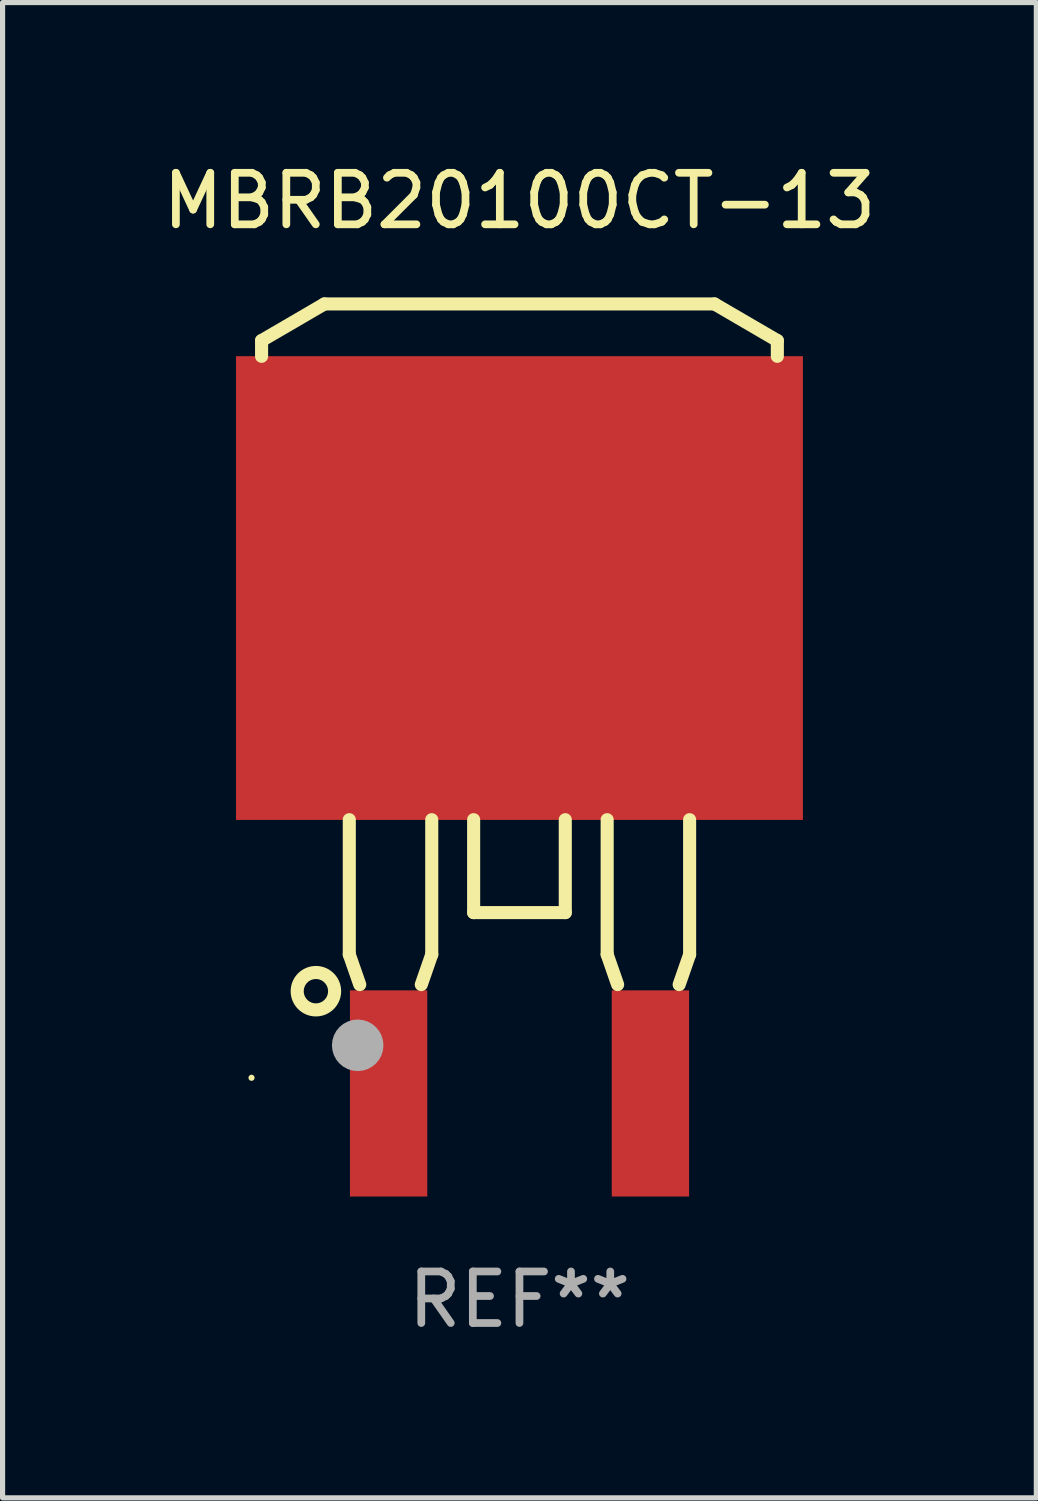
<source format=kicad_pcb>
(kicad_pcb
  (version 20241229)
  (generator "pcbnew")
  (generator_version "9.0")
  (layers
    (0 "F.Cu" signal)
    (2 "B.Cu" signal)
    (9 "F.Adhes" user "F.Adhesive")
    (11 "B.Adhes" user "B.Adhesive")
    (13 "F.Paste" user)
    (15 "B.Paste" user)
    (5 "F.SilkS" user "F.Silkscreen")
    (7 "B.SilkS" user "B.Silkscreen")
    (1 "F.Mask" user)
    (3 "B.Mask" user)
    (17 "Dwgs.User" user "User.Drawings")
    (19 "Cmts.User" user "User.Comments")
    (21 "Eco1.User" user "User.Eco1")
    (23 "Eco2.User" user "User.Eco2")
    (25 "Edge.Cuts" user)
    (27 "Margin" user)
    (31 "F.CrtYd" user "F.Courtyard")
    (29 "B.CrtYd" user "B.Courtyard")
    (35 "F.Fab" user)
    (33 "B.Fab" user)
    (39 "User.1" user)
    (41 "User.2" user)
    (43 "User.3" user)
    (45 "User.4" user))
  (footprint "MBRB20100CT-13"
    (layer "F.Cu")
    (at 7.03 10.508)
    (property "Reference" "MBRB20100CT-13" (at 0 -9.66 0) (layer "F.SilkS") (effects (font (size 1 1) (thickness 0.15))))
    (attr through_hole)
    (fp_line (start -5.004 -6.949) (end -3.785 -7.66) (stroke (width 0.254) (type solid)) (layer "F.SilkS"))
    (fp_line (start -5.004 -6.644) (end -5.004 -6.949) (stroke (width 0.254) (type solid)) (layer "F.SilkS"))
    (fp_line (start -3.785 -7.66) (end 3.785 -7.66) (stroke (width 0.254) (type solid)) (layer "F.SilkS"))
    (fp_line (start -3.302 2.348) (end -3.302 4.964) (stroke (width 0.254) (type solid)) (layer "F.SilkS"))
    (fp_line (start -3.302 4.964) (end -3.099 5.548) (stroke (width 0.254) (type solid)) (layer "F.SilkS"))
    (fp_line (start -1.905 5.548) (end -1.702 4.964) (stroke (width 0.254) (type solid)) (layer "F.SilkS"))
    (fp_line (start -1.702 4.964) (end -1.702 2.348) (stroke (width 0.254) (type solid)) (layer "F.SilkS"))
    (fp_line (start -0.889 2.348) (end -0.889 4.151) (stroke (width 0.254) (type solid)) (layer "F.SilkS"))
    (fp_line (start -0.889 4.151) (end 0.889 4.151) (stroke (width 0.254) (type solid)) (layer "F.SilkS"))
    (fp_line (start 0.889 4.151) (end 0.889 2.348) (stroke (width 0.254) (type solid)) (layer "F.SilkS"))
    (fp_line (start 1.702 2.348) (end 1.702 4.964) (stroke (width 0.254) (type solid)) (layer "F.SilkS"))
    (fp_line (start 1.702 4.964) (end 1.905 5.548) (stroke (width 0.254) (type solid)) (layer "F.SilkS"))
    (fp_line (start 3.099 5.548) (end 3.302 4.964) (stroke (width 0.254) (type solid)) (layer "F.SilkS"))
    (fp_line (start 3.302 4.964) (end 3.302 2.348) (stroke (width 0.254) (type solid)) (layer "F.SilkS"))
    (fp_line (start 3.785 -7.66) (end 5.004 -6.949) (stroke (width 0.254) (type solid)) (layer "F.SilkS"))
    (fp_line (start 5.004 -6.949) (end 5.004 -6.644) (stroke (width 0.254) (type solid)) (layer "F.SilkS"))
    (fp_circle (center -5.199 7.356) (end -5.169 7.356) (stroke (width 0.06) (type solid)) (fill no) (layer "F.SilkS"))
    (fp_circle (center -3.95 5.676) (end -3.587 5.676) (stroke (width 0.254) (type solid)) (fill no) (layer "F.SilkS"))
    (fp_circle (center -3.139 6.726) (end -2.889 6.726) (stroke (width 0.5) (type solid)) (fill no) (layer "F.Fab"))
    (fp_text user "REF**" (at 0 11.66 0) (layer "F.Fab") (effects (font (size 1 1) (thickness 0.15))))
    (pad "1" smd rect (at -2.539 7.66) (size 1.501 4.001) (layers "F.Cu" "F.Mask" "F.Paste"))
    (pad "2" smd rect (at 0.000127 -2.147) (size 11 8.999) (layers "F.Cu" "F.Mask" "F.Paste"))
    (pad "3" smd rect (at 2.541 7.66) (size 1.501 4.001) (layers "F.Cu" "F.Mask" "F.Paste")))
  (gr_rect
    (start -3 -3)
    (end 17.06 26.016)
    (stroke (width 0.1) (type default))
    (fill no)
    (layer "Edge.Cuts")))
</source>
